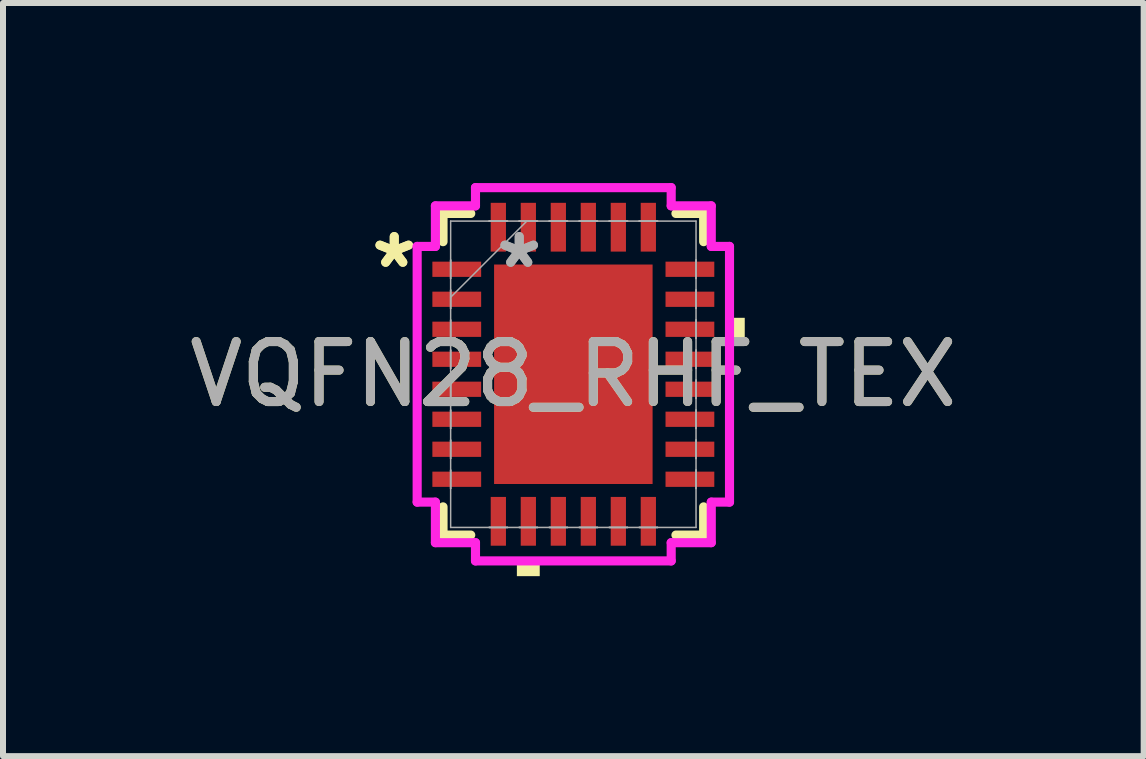
<source format=kicad_pcb>
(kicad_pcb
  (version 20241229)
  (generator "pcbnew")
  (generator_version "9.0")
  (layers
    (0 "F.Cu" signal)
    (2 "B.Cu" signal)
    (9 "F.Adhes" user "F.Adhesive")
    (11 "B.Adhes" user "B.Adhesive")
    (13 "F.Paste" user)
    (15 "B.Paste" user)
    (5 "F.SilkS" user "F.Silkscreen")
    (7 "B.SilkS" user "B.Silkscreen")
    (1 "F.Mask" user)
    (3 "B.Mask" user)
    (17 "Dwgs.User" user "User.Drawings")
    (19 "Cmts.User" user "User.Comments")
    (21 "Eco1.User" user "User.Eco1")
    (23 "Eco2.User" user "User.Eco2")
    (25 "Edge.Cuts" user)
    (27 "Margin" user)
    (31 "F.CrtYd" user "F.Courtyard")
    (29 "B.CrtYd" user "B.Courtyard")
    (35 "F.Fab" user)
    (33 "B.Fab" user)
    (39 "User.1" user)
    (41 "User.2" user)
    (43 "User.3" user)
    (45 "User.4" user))
  (footprint "VQFN28_RHF_TEX"
    (layer "F.Cu")
    (at 6.506 3.188)
    (property "Reference" "VQFN28_RHF_TEX" (at 0 0 0) (unlocked yes) (layer "F.SilkS") (effects (font (size 1 1) (thickness 0.15))))
    (attr smd)
    (fp_line (start -2.172 -2.68) (end -2.172 -2.21) (stroke (width 0.152) (type solid)) (layer "F.SilkS"))
    (fp_line (start -2.172 2.21) (end -2.172 2.68) (stroke (width 0.152) (type solid)) (layer "F.SilkS"))
    (fp_line (start -2.172 2.68) (end -1.71 2.68) (stroke (width 0.152) (type solid)) (layer "F.SilkS"))
    (fp_line (start -1.71 -2.68) (end -2.172 -2.68) (stroke (width 0.152) (type solid)) (layer "F.SilkS"))
    (fp_line (start 1.71 2.68) (end 2.172 2.68) (stroke (width 0.152) (type solid)) (layer "F.SilkS"))
    (fp_line (start 2.172 -2.68) (end 1.71 -2.68) (stroke (width 0.152) (type solid)) (layer "F.SilkS"))
    (fp_line (start 2.172 -2.21) (end 2.172 -2.68) (stroke (width 0.152) (type solid)) (layer "F.SilkS"))
    (fp_line (start 2.172 2.68) (end 2.172 2.21) (stroke (width 0.152) (type solid)) (layer "F.SilkS"))
    (fp_poly (pts (xy -0.941 3.111) (xy -0.941 3.365) (xy -0.56 3.365) (xy -0.56 3.111)) (stroke (width 0) (type solid)) (fill yes) (layer "F.SilkS"))
    (fp_poly (pts (xy 2.857 -0.941) (xy 2.857 -0.56) (xy 2.603 -0.56) (xy 2.603 -0.941)) (stroke (width 0) (type solid)) (fill yes) (layer "F.SilkS"))
    (fp_line (start -2.603 -2.131) (end -2.299 -2.131) (stroke (width 0.152) (type solid)) (layer "F.CrtYd"))
    (fp_line (start -2.603 2.131) (end -2.603 -2.131) (stroke (width 0.152) (type solid)) (layer "F.CrtYd"))
    (fp_line (start -2.299 -2.807) (end -1.631 -2.807) (stroke (width 0.152) (type solid)) (layer "F.CrtYd"))
    (fp_line (start -2.299 -2.131) (end -2.299 -2.807) (stroke (width 0.152) (type solid)) (layer "F.CrtYd"))
    (fp_line (start -2.299 2.131) (end -2.603 2.131) (stroke (width 0.152) (type solid)) (layer "F.CrtYd"))
    (fp_line (start -2.299 2.807) (end -2.299 2.131) (stroke (width 0.152) (type solid)) (layer "F.CrtYd"))
    (fp_line (start -1.631 -3.111) (end 1.631 -3.111) (stroke (width 0.152) (type solid)) (layer "F.CrtYd"))
    (fp_line (start -1.631 -2.807) (end -1.631 -3.111) (stroke (width 0.152) (type solid)) (layer "F.CrtYd"))
    (fp_line (start -1.631 2.807) (end -2.299 2.807) (stroke (width 0.152) (type solid)) (layer "F.CrtYd"))
    (fp_line (start -1.631 3.111) (end -1.631 2.807) (stroke (width 0.152) (type solid)) (layer "F.CrtYd"))
    (fp_line (start 1.631 -3.111) (end 1.631 -2.807) (stroke (width 0.152) (type solid)) (layer "F.CrtYd"))
    (fp_line (start 1.631 -2.807) (end 2.299 -2.807) (stroke (width 0.152) (type solid)) (layer "F.CrtYd"))
    (fp_line (start 1.631 2.807) (end 1.631 3.111) (stroke (width 0.152) (type solid)) (layer "F.CrtYd"))
    (fp_line (start 1.631 3.111) (end -1.631 3.111) (stroke (width 0.152) (type solid)) (layer "F.CrtYd"))
    (fp_line (start 2.299 -2.807) (end 2.299 -2.131) (stroke (width 0.152) (type solid)) (layer "F.CrtYd"))
    (fp_line (start 2.299 -2.131) (end 2.603 -2.131) (stroke (width 0.152) (type solid)) (layer "F.CrtYd"))
    (fp_line (start 2.299 2.131) (end 2.299 2.807) (stroke (width 0.152) (type solid)) (layer "F.CrtYd"))
    (fp_line (start 2.299 2.807) (end 1.631 2.807) (stroke (width 0.152) (type solid)) (layer "F.CrtYd"))
    (fp_line (start 2.603 -2.131) (end 2.603 2.131) (stroke (width 0.152) (type solid)) (layer "F.CrtYd"))
    (fp_line (start 2.603 2.131) (end 2.299 2.131) (stroke (width 0.152) (type solid)) (layer "F.CrtYd"))
    (fp_line (start -2.045 -2.553) (end -2.045 2.553) (stroke (width 0.025) (type solid)) (layer "F.Fab"))
    (fp_line (start -2.045 -1.903) (end -2.045 -1.903) (stroke (width 0.025) (type solid)) (layer "F.Fab"))
    (fp_line (start -2.045 -1.903) (end -2.045 -1.598) (stroke (width 0.025) (type solid)) (layer "F.Fab"))
    (fp_line (start -2.045 -1.598) (end -2.045 -1.903) (stroke (width 0.025) (type solid)) (layer "F.Fab"))
    (fp_line (start -2.045 -1.598) (end -2.045 -1.598) (stroke (width 0.025) (type solid)) (layer "F.Fab"))
    (fp_line (start -2.045 -1.403) (end -2.045 -1.403) (stroke (width 0.025) (type solid)) (layer "F.Fab"))
    (fp_line (start -2.045 -1.403) (end -2.045 -1.098) (stroke (width 0.025) (type solid)) (layer "F.Fab"))
    (fp_line (start -2.045 -1.283) (end -0.775 -2.553) (stroke (width 0.025) (type solid)) (layer "F.Fab"))
    (fp_line (start -2.045 -1.098) (end -2.045 -1.403) (stroke (width 0.025) (type solid)) (layer "F.Fab"))
    (fp_line (start -2.045 -1.098) (end -2.045 -1.098) (stroke (width 0.025) (type solid)) (layer "F.Fab"))
    (fp_line (start -2.045 -0.903) (end -2.045 -0.903) (stroke (width 0.025) (type solid)) (layer "F.Fab"))
    (fp_line (start -2.045 -0.903) (end -2.045 -0.598) (stroke (width 0.025) (type solid)) (layer "F.Fab"))
    (fp_line (start -2.045 -0.598) (end -2.045 -0.903) (stroke (width 0.025) (type solid)) (layer "F.Fab"))
    (fp_line (start -2.045 -0.598) (end -2.045 -0.598) (stroke (width 0.025) (type solid)) (layer "F.Fab"))
    (fp_line (start -2.045 -0.402) (end -2.045 -0.402) (stroke (width 0.025) (type solid)) (layer "F.Fab"))
    (fp_line (start -2.045 -0.402) (end -2.045 -0.098) (stroke (width 0.025) (type solid)) (layer "F.Fab"))
    (fp_line (start -2.045 -0.098) (end -2.045 -0.402) (stroke (width 0.025) (type solid)) (layer "F.Fab"))
    (fp_line (start -2.045 -0.098) (end -2.045 -0.098) (stroke (width 0.025) (type solid)) (layer "F.Fab"))
    (fp_line (start -2.045 0.098) (end -2.045 0.098) (stroke (width 0.025) (type solid)) (layer "F.Fab"))
    (fp_line (start -2.045 0.098) (end -2.045 0.402) (stroke (width 0.025) (type solid)) (layer "F.Fab"))
    (fp_line (start -2.045 0.402) (end -2.045 0.098) (stroke (width 0.025) (type solid)) (layer "F.Fab"))
    (fp_line (start -2.045 0.402) (end -2.045 0.402) (stroke (width 0.025) (type solid)) (layer "F.Fab"))
    (fp_line (start -2.045 0.598) (end -2.045 0.598) (stroke (width 0.025) (type solid)) (layer "F.Fab"))
    (fp_line (start -2.045 0.598) (end -2.045 0.903) (stroke (width 0.025) (type solid)) (layer "F.Fab"))
    (fp_line (start -2.045 0.903) (end -2.045 0.598) (stroke (width 0.025) (type solid)) (layer "F.Fab"))
    (fp_line (start -2.045 0.903) (end -2.045 0.903) (stroke (width 0.025) (type solid)) (layer "F.Fab"))
    (fp_line (start -2.045 1.098) (end -2.045 1.098) (stroke (width 0.025) (type solid)) (layer "F.Fab"))
    (fp_line (start -2.045 1.098) (end -2.045 1.403) (stroke (width 0.025) (type solid)) (layer "F.Fab"))
    (fp_line (start -2.045 1.403) (end -2.045 1.098) (stroke (width 0.025) (type solid)) (layer "F.Fab"))
    (fp_line (start -2.045 1.403) (end -2.045 1.403) (stroke (width 0.025) (type solid)) (layer "F.Fab"))
    (fp_line (start -2.045 1.598) (end -2.045 1.598) (stroke (width 0.025) (type solid)) (layer "F.Fab"))
    (fp_line (start -2.045 1.598) (end -2.045 1.903) (stroke (width 0.025) (type solid)) (layer "F.Fab"))
    (fp_line (start -2.045 1.903) (end -2.045 1.598) (stroke (width 0.025) (type solid)) (layer "F.Fab"))
    (fp_line (start -2.045 1.903) (end -2.045 1.903) (stroke (width 0.025) (type solid)) (layer "F.Fab"))
    (fp_line (start -2.045 2.553) (end 2.045 2.553) (stroke (width 0.025) (type solid)) (layer "F.Fab"))
    (fp_line (start -1.403 -2.553) (end -1.403 -2.553) (stroke (width 0.025) (type solid)) (layer "F.Fab"))
    (fp_line (start -1.403 -2.553) (end -1.098 -2.553) (stroke (width 0.025) (type solid)) (layer "F.Fab"))
    (fp_line (start -1.403 2.553) (end -1.403 2.553) (stroke (width 0.025) (type solid)) (layer "F.Fab"))
    (fp_line (start -1.403 2.553) (end -1.098 2.553) (stroke (width 0.025) (type solid)) (layer "F.Fab"))
    (fp_line (start -1.098 -2.553) (end -1.403 -2.553) (stroke (width 0.025) (type solid)) (layer "F.Fab"))
    (fp_line (start -1.098 -2.553) (end -1.098 -2.553) (stroke (width 0.025) (type solid)) (layer "F.Fab"))
    (fp_line (start -1.098 2.553) (end -1.403 2.553) (stroke (width 0.025) (type solid)) (layer "F.Fab"))
    (fp_line (start -1.098 2.553) (end -1.098 2.553) (stroke (width 0.025) (type solid)) (layer "F.Fab"))
    (fp_line (start -0.903 -2.553) (end -0.903 -2.553) (stroke (width 0.025) (type solid)) (layer "F.Fab"))
    (fp_line (start -0.903 -2.553) (end -0.598 -2.553) (stroke (width 0.025) (type solid)) (layer "F.Fab"))
    (fp_line (start -0.903 2.553) (end -0.903 2.553) (stroke (width 0.025) (type solid)) (layer "F.Fab"))
    (fp_line (start -0.903 2.553) (end -0.598 2.553) (stroke (width 0.025) (type solid)) (layer "F.Fab"))
    (fp_line (start -0.598 -2.553) (end -0.903 -2.553) (stroke (width 0.025) (type solid)) (layer "F.Fab"))
    (fp_line (start -0.598 -2.553) (end -0.598 -2.553) (stroke (width 0.025) (type solid)) (layer "F.Fab"))
    (fp_line (start -0.598 2.553) (end -0.903 2.553) (stroke (width 0.025) (type solid)) (layer "F.Fab"))
    (fp_line (start -0.598 2.553) (end -0.598 2.553) (stroke (width 0.025) (type solid)) (layer "F.Fab"))
    (fp_line (start -0.402 -2.553) (end -0.402 -2.553) (stroke (width 0.025) (type solid)) (layer "F.Fab"))
    (fp_line (start -0.402 -2.553) (end -0.098 -2.553) (stroke (width 0.025) (type solid)) (layer "F.Fab"))
    (fp_line (start -0.402 2.553) (end -0.402 2.553) (stroke (width 0.025) (type solid)) (layer "F.Fab"))
    (fp_line (start -0.402 2.553) (end -0.098 2.553) (stroke (width 0.025) (type solid)) (layer "F.Fab"))
    (fp_line (start -0.098 -2.553) (end -0.402 -2.553) (stroke (width 0.025) (type solid)) (layer "F.Fab"))
    (fp_line (start -0.098 -2.553) (end -0.098 -2.553) (stroke (width 0.025) (type solid)) (layer "F.Fab"))
    (fp_line (start -0.098 2.553) (end -0.402 2.553) (stroke (width 0.025) (type solid)) (layer "F.Fab"))
    (fp_line (start -0.098 2.553) (end -0.098 2.553) (stroke (width 0.025) (type solid)) (layer "F.Fab"))
    (fp_line (start 0.098 -2.553) (end 0.098 -2.553) (stroke (width 0.025) (type solid)) (layer "F.Fab"))
    (fp_line (start 0.098 -2.553) (end 0.402 -2.553) (stroke (width 0.025) (type solid)) (layer "F.Fab"))
    (fp_line (start 0.098 2.553) (end 0.098 2.553) (stroke (width 0.025) (type solid)) (layer "F.Fab"))
    (fp_line (start 0.098 2.553) (end 0.402 2.553) (stroke (width 0.025) (type solid)) (layer "F.Fab"))
    (fp_line (start 0.402 -2.553) (end 0.098 -2.553) (stroke (width 0.025) (type solid)) (layer "F.Fab"))
    (fp_line (start 0.402 -2.553) (end 0.402 -2.553) (stroke (width 0.025) (type solid)) (layer "F.Fab"))
    (fp_line (start 0.402 2.553) (end 0.098 2.553) (stroke (width 0.025) (type solid)) (layer "F.Fab"))
    (fp_line (start 0.402 2.553) (end 0.402 2.553) (stroke (width 0.025) (type solid)) (layer "F.Fab"))
    (fp_line (start 0.598 -2.553) (end 0.598 -2.553) (stroke (width 0.025) (type solid)) (layer "F.Fab"))
    (fp_line (start 0.598 -2.553) (end 0.903 -2.553) (stroke (width 0.025) (type solid)) (layer "F.Fab"))
    (fp_line (start 0.598 2.553) (end 0.598 2.553) (stroke (width 0.025) (type solid)) (layer "F.Fab"))
    (fp_line (start 0.598 2.553) (end 0.903 2.553) (stroke (width 0.025) (type solid)) (layer "F.Fab"))
    (fp_line (start 0.903 -2.553) (end 0.598 -2.553) (stroke (width 0.025) (type solid)) (layer "F.Fab"))
    (fp_line (start 0.903 -2.553) (end 0.903 -2.553) (stroke (width 0.025) (type solid)) (layer "F.Fab"))
    (fp_line (start 0.903 2.553) (end 0.598 2.553) (stroke (width 0.025) (type solid)) (layer "F.Fab"))
    (fp_line (start 0.903 2.553) (end 0.903 2.553) (stroke (width 0.025) (type solid)) (layer "F.Fab"))
    (fp_line (start 1.098 -2.553) (end 1.098 -2.553) (stroke (width 0.025) (type solid)) (layer "F.Fab"))
    (fp_line (start 1.098 -2.553) (end 1.403 -2.553) (stroke (width 0.025) (type solid)) (layer "F.Fab"))
    (fp_line (start 1.098 2.553) (end 1.098 2.553) (stroke (width 0.025) (type solid)) (layer "F.Fab"))
    (fp_line (start 1.098 2.553) (end 1.403 2.553) (stroke (width 0.025) (type solid)) (layer "F.Fab"))
    (fp_line (start 1.403 -2.553) (end 1.098 -2.553) (stroke (width 0.025) (type solid)) (layer "F.Fab"))
    (fp_line (start 1.403 -2.553) (end 1.403 -2.553) (stroke (width 0.025) (type solid)) (layer "F.Fab"))
    (fp_line (start 1.403 2.553) (end 1.098 2.553) (stroke (width 0.025) (type solid)) (layer "F.Fab"))
    (fp_line (start 1.403 2.553) (end 1.403 2.553) (stroke (width 0.025) (type solid)) (layer "F.Fab"))
    (fp_line (start 2.045 -2.553) (end -2.045 -2.553) (stroke (width 0.025) (type solid)) (layer "F.Fab"))
    (fp_line (start 2.045 -1.903) (end 2.045 -1.903) (stroke (width 0.025) (type solid)) (layer "F.Fab"))
    (fp_line (start 2.045 -1.903) (end 2.045 -1.598) (stroke (width 0.025) (type solid)) (layer "F.Fab"))
    (fp_line (start 2.045 -1.598) (end 2.045 -1.903) (stroke (width 0.025) (type solid)) (layer "F.Fab"))
    (fp_line (start 2.045 -1.598) (end 2.045 -1.598) (stroke (width 0.025) (type solid)) (layer "F.Fab"))
    (fp_line (start 2.045 -1.403) (end 2.045 -1.403) (stroke (width 0.025) (type solid)) (layer "F.Fab"))
    (fp_line (start 2.045 -1.403) (end 2.045 -1.098) (stroke (width 0.025) (type solid)) (layer "F.Fab"))
    (fp_line (start 2.045 -1.098) (end 2.045 -1.403) (stroke (width 0.025) (type solid)) (layer "F.Fab"))
    (fp_line (start 2.045 -1.098) (end 2.045 -1.098) (stroke (width 0.025) (type solid)) (layer "F.Fab"))
    (fp_line (start 2.045 -0.903) (end 2.045 -0.903) (stroke (width 0.025) (type solid)) (layer "F.Fab"))
    (fp_line (start 2.045 -0.903) (end 2.045 -0.598) (stroke (width 0.025) (type solid)) (layer "F.Fab"))
    (fp_line (start 2.045 -0.598) (end 2.045 -0.903) (stroke (width 0.025) (type solid)) (layer "F.Fab"))
    (fp_line (start 2.045 -0.598) (end 2.045 -0.598) (stroke (width 0.025) (type solid)) (layer "F.Fab"))
    (fp_line (start 2.045 -0.402) (end 2.045 -0.402) (stroke (width 0.025) (type solid)) (layer "F.Fab"))
    (fp_line (start 2.045 -0.402) (end 2.045 -0.098) (stroke (width 0.025) (type solid)) (layer "F.Fab"))
    (fp_line (start 2.045 -0.098) (end 2.045 -0.402) (stroke (width 0.025) (type solid)) (layer "F.Fab"))
    (fp_line (start 2.045 -0.098) (end 2.045 -0.098) (stroke (width 0.025) (type solid)) (layer "F.Fab"))
    (fp_line (start 2.045 0.098) (end 2.045 0.098) (stroke (width 0.025) (type solid)) (layer "F.Fab"))
    (fp_line (start 2.045 0.098) (end 2.045 0.402) (stroke (width 0.025) (type solid)) (layer "F.Fab"))
    (fp_line (start 2.045 0.402) (end 2.045 0.098) (stroke (width 0.025) (type solid)) (layer "F.Fab"))
    (fp_line (start 2.045 0.402) (end 2.045 0.402) (stroke (width 0.025) (type solid)) (layer "F.Fab"))
    (fp_line (start 2.045 0.598) (end 2.045 0.598) (stroke (width 0.025) (type solid)) (layer "F.Fab"))
    (fp_line (start 2.045 0.598) (end 2.045 0.903) (stroke (width 0.025) (type solid)) (layer "F.Fab"))
    (fp_line (start 2.045 0.903) (end 2.045 0.598) (stroke (width 0.025) (type solid)) (layer "F.Fab"))
    (fp_line (start 2.045 0.903) (end 2.045 0.903) (stroke (width 0.025) (type solid)) (layer "F.Fab"))
    (fp_line (start 2.045 1.098) (end 2.045 1.098) (stroke (width 0.025) (type solid)) (layer "F.Fab"))
    (fp_line (start 2.045 1.098) (end 2.045 1.403) (stroke (width 0.025) (type solid)) (layer "F.Fab"))
    (fp_line (start 2.045 1.403) (end 2.045 1.098) (stroke (width 0.025) (type solid)) (layer "F.Fab"))
    (fp_line (start 2.045 1.403) (end 2.045 1.403) (stroke (width 0.025) (type solid)) (layer "F.Fab"))
    (fp_line (start 2.045 1.598) (end 2.045 1.598) (stroke (width 0.025) (type solid)) (layer "F.Fab"))
    (fp_line (start 2.045 1.598) (end 2.045 1.903) (stroke (width 0.025) (type solid)) (layer "F.Fab"))
    (fp_line (start 2.045 1.903) (end 2.045 1.598) (stroke (width 0.025) (type solid)) (layer "F.Fab"))
    (fp_line (start 2.045 1.903) (end 2.045 1.903) (stroke (width 0.025) (type solid)) (layer "F.Fab"))
    (fp_line (start 2.045 2.553) (end 2.045 -2.553) (stroke (width 0.025) (type solid)) (layer "F.Fab"))
    (fp_text user "*" (at -2.985 -1.75 0) (unlocked yes) (layer "F.SilkS") (effects (font (size 1 1) (thickness 0.15))))
    (fp_text user "*" (at -2.985 -1.75 0) (layer "F.SilkS") (effects (font (size 1 1) (thickness 0.15))))
    (fp_text user "${REFERENCE}" (at 0 0 0) (unlocked yes) (layer "F.Fab") (effects (font (size 1 1) (thickness 0.15))))
    (fp_text user "*" (at -0.902 -1.75 0) (unlocked yes) (layer "F.Fab") (effects (font (size 1 1) (thickness 0.15))))
    (fp_text user "*" (at -0.902 -1.75 0) (layer "F.Fab") (effects (font (size 1 1) (thickness 0.15))))
    (pad "1" smd rect (at -1.943 -1.75 90) (size 0.254 0.813) (layers "F.Cu" "F.Mask" "F.Paste"))
    (pad "2" smd rect (at -1.943 -1.25 90) (size 0.254 0.813) (layers "F.Cu" "F.Mask" "F.Paste"))
    (pad "3" smd rect (at -1.943 -0.75 90) (size 0.254 0.813) (layers "F.Cu" "F.Mask" "F.Paste"))
    (pad "4" smd rect (at -1.943 -0.25 90) (size 0.254 0.813) (layers "F.Cu" "F.Mask" "F.Paste"))
    (pad "5" smd rect (at -1.943 0.25 90) (size 0.254 0.813) (layers "F.Cu" "F.Mask" "F.Paste"))
    (pad "6" smd rect (at -1.943 0.75 90) (size 0.254 0.813) (layers "F.Cu" "F.Mask" "F.Paste"))
    (pad "7" smd rect (at -1.943 1.25 90) (size 0.254 0.813) (layers "F.Cu" "F.Mask" "F.Paste"))
    (pad "8" smd rect (at -1.943 1.75 90) (size 0.254 0.813) (layers "F.Cu" "F.Mask" "F.Paste"))
    (pad "9" smd rect (at -1.25 2.451) (size 0.254 0.813) (layers "F.Cu" "F.Mask" "F.Paste"))
    (pad "10" smd rect (at -0.75 2.451) (size 0.254 0.813) (layers "F.Cu" "F.Mask" "F.Paste"))
    (pad "11" smd rect (at -0.25 2.451) (size 0.254 0.813) (layers "F.Cu" "F.Mask" "F.Paste"))
    (pad "12" smd rect (at 0.25 2.451) (size 0.254 0.813) (layers "F.Cu" "F.Mask" "F.Paste"))
    (pad "13" smd rect (at 0.75 2.451) (size 0.254 0.813) (layers "F.Cu" "F.Mask" "F.Paste"))
    (pad "14" smd rect (at 1.25 2.451) (size 0.254 0.813) (layers "F.Cu" "F.Mask" "F.Paste"))
    (pad "15" smd rect (at 1.943 1.75 90) (size 0.254 0.813) (layers "F.Cu" "F.Mask" "F.Paste"))
    (pad "16" smd rect (at 1.943 1.25 90) (size 0.254 0.813) (layers "F.Cu" "F.Mask" "F.Paste"))
    (pad "17" smd rect (at 1.943 0.75 90) (size 0.254 0.813) (layers "F.Cu" "F.Mask" "F.Paste"))
    (pad "18" smd rect (at 1.943 0.25 90) (size 0.254 0.813) (layers "F.Cu" "F.Mask" "F.Paste"))
    (pad "19" smd rect (at 1.943 -0.25 90) (size 0.254 0.813) (layers "F.Cu" "F.Mask" "F.Paste"))
    (pad "20" smd rect (at 1.943 -0.75 90) (size 0.254 0.813) (layers "F.Cu" "F.Mask" "F.Paste"))
    (pad "21" smd rect (at 1.943 -1.25 90) (size 0.254 0.813) (layers "F.Cu" "F.Mask" "F.Paste"))
    (pad "22" smd rect (at 1.943 -1.75 90) (size 0.254 0.813) (layers "F.Cu" "F.Mask" "F.Paste"))
    (pad "23" smd rect (at 1.25 -2.451) (size 0.254 0.813) (layers "F.Cu" "F.Mask" "F.Paste"))
    (pad "24" smd rect (at 0.75 -2.451) (size 0.254 0.813) (layers "F.Cu" "F.Mask" "F.Paste"))
    (pad "25" smd rect (at 0.25 -2.451) (size 0.254 0.813) (layers "F.Cu" "F.Mask" "F.Paste"))
    (pad "26" smd rect (at -0.25 -2.451) (size 0.254 0.813) (layers "F.Cu" "F.Mask" "F.Paste"))
    (pad "27" smd rect (at -0.75 -2.451) (size 0.254 0.813) (layers "F.Cu" "F.Mask" "F.Paste"))
    (pad "28" smd rect (at -1.25 -2.451) (size 0.254 0.813) (layers "F.Cu" "F.Mask" "F.Paste"))
    (pad "29" smd rect (at 0 0) (size 2.642 3.658) (layers "F.Cu" "F.Mask" "F.Paste")))
  (gr_rect
    (start -3 -3)
    (end 16.012 9.553)
    (stroke (width 0.1) (type default))
    (fill no)
    (layer "Edge.Cuts")))
</source>
